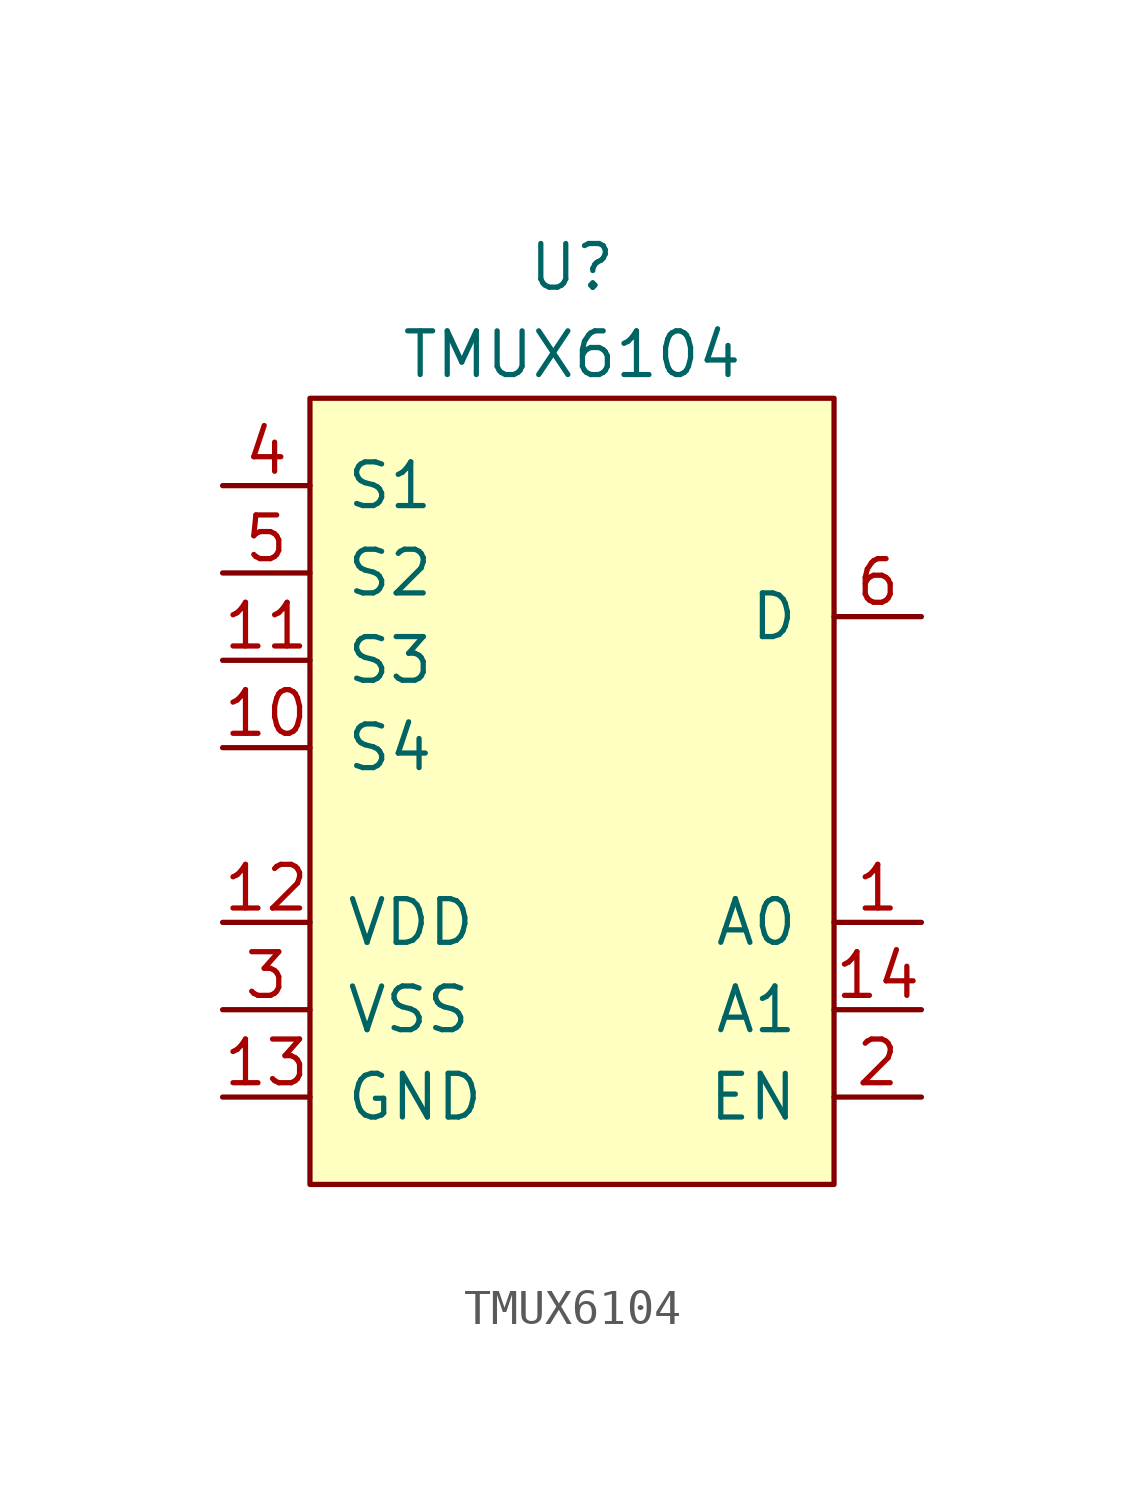
<source format=kicad_sym>
(kicad_symbol_lib
  (version 20220914)
  (generator kicad_symbol_editor)
  (symbol "TMUX6104"
    (pin_names
      (offset 1.016))
    (property "Reference" "U"
      (at 0 15.24 0)
      (effects (font (size 1.27 1.27))))
    (property "Value" "TMUX6104"
      (at 0 12.7 0)
      (effects (font (size 1.27 1.27))))
    (symbol "TMUX6104_0_1"
      (rectangle (start -7.62 11.43) (end 7.62 -11.43) (stroke (width 0) (type solid)) (fill (type background))))
    (symbol "TMUX6104_1_1"
      (pin input line (at 10.16 -3.81 180) (length 2.54) (name "A0" (effects (font (size 1.27 1.27)))) (number "1" (effects (font (size 1.27 1.27)))))
      (pin bidirectional line (at -10.16 1.27 0) (length 2.54) (name "S4" (effects (font (size 1.27 1.27)))) (number "10" (effects (font (size 1.27 1.27)))))
      (pin bidirectional line (at -10.16 3.81 0) (length 2.54) (name "S3" (effects (font (size 1.27 1.27)))) (number "11" (effects (font (size 1.27 1.27)))))
      (pin passive line (at -10.16 -3.81 0) (length 2.54) (name "VDD" (effects (font (size 1.27 1.27)))) (number "12" (effects (font (size 1.27 1.27)))))
      (pin passive line (at -10.16 -8.89 0) (length 2.54) (name "GND" (effects (font (size 1.27 1.27)))) (number "13" (effects (font (size 1.27 1.27)))))
      (pin input line (at 10.16 -6.35 180) (length 2.54) (name "A1" (effects (font (size 1.27 1.27)))) (number "14" (effects (font (size 1.27 1.27)))))
      (pin input line (at 10.16 -8.89 180) (length 2.54) (name "EN" (effects (font (size 1.27 1.27)))) (number "2" (effects (font (size 1.27 1.27)))))
      (pin passive line (at -10.16 -6.35 0) (length 2.54) (name "VSS" (effects (font (size 1.27 1.27)))) (number "3" (effects (font (size 1.27 1.27)))))
      (pin bidirectional line (at -10.16 8.89 0) (length 2.54) (name "S1" (effects (font (size 1.27 1.27)))) (number "4" (effects (font (size 1.27 1.27)))))
      (pin bidirectional line (at -10.16 6.35 0) (length 2.54) (name "S2" (effects (font (size 1.27 1.27)))) (number "5" (effects (font (size 1.27 1.27)))))
      (pin bidirectional line (at 10.16 5.08 180) (length 2.54) (name "D" (effects (font (size 1.27 1.27)))) (number "6" (effects (font (size 1.27 1.27)))))
      (pin no_connect non_logic (at -2.54 11.43 90) (length 0) hide (name "NC" (effects (font (size 1.27 1.27)))) (number "7" (effects (font (size 1.27 1.27)))))
      (pin no_connect non_logic (at 0 11.43 90) (length 0) hide (name "NC" (effects (font (size 1.27 1.27)))) (number "8" (effects (font (size 1.27 1.27)))))
      (pin no_connect non_logic (at 2.54 11.43 90) (length 0) hide (name "NC" (effects (font (size 1.27 1.27)))) (number "9" (effects (font (size 1.27 1.27))))))))
</source>
